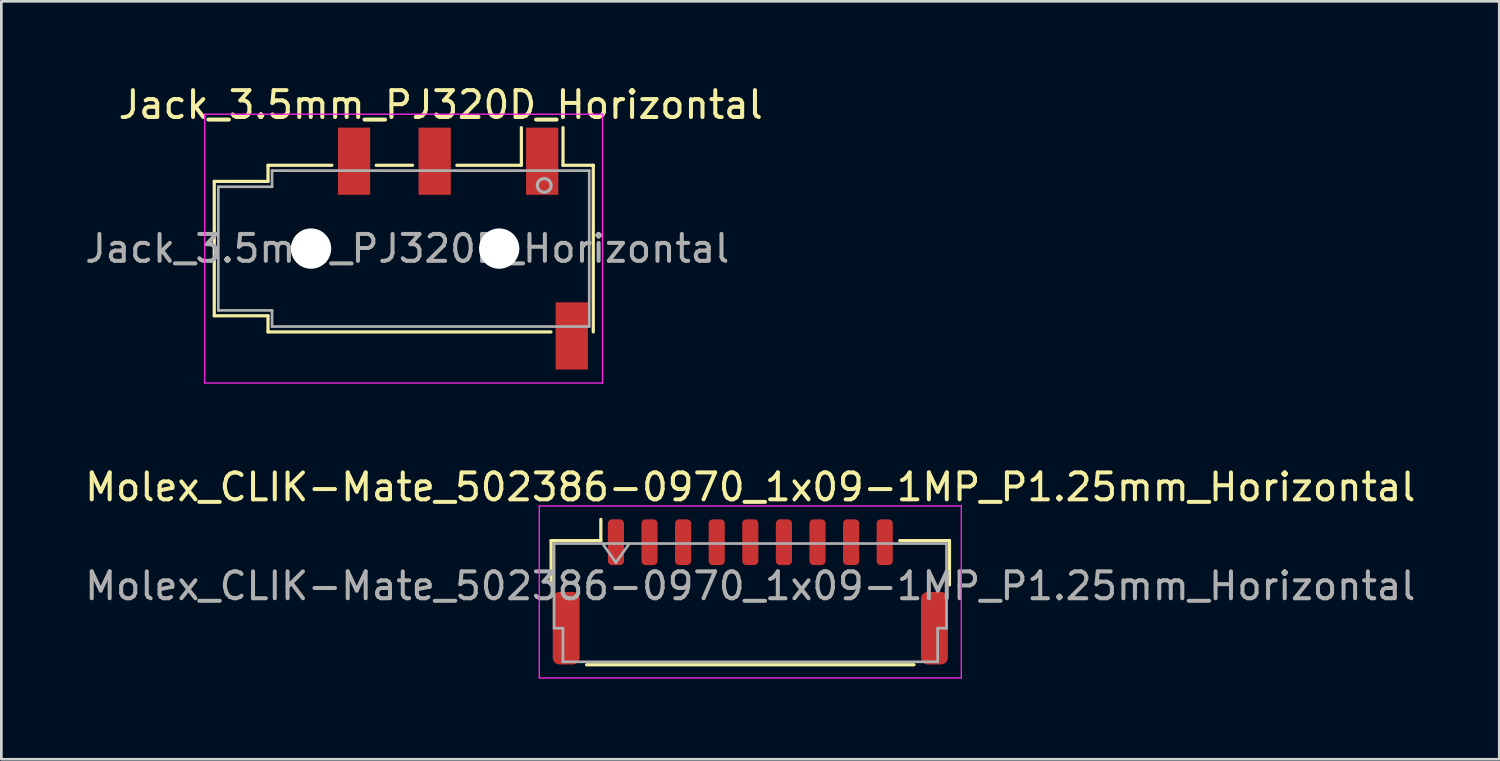
<source format=kicad_pcb>
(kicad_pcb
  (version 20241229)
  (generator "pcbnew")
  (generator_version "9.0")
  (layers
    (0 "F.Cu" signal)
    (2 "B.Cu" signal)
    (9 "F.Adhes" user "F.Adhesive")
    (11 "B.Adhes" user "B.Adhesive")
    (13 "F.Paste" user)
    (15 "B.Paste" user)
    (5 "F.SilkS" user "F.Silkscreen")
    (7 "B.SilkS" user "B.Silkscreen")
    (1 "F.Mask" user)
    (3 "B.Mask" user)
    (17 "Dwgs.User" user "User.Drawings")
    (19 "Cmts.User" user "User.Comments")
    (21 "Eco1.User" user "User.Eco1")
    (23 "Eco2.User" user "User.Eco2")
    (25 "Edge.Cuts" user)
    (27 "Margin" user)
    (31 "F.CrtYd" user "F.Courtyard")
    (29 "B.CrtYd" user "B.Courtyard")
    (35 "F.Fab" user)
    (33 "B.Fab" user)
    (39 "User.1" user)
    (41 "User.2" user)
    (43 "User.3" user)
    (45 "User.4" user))
  (footprint "Molex_CLIK-Mate_502386-0970_1x09-1MP_P1.25mm_Horizontal"
    (layer "F.Cu")
    (at 24.863 18.971)
    (property "Reference" "Molex_CLIK-Mate_502386-0970_1x09-1MP_P1.25mm_Horizontal" (at 0 -3.9 0) (layer "F.SilkS") (effects (font (size 1 1) (thickness 0.15))))
    (attr smd)
    (fp_line (start -7.41 -1.91) (end -5.56 -1.91) (stroke (width 0.12) (type solid)) (layer "F.SilkS"))
    (fp_line (start -7.41 -0.26) (end -7.41 -1.91) (stroke (width 0.12) (type solid)) (layer "F.SilkS"))
    (fp_line (start -6.09 2.71) (end 6.09 2.71) (stroke (width 0.12) (type solid)) (layer "F.SilkS"))
    (fp_line (start -5.56 -1.91) (end -5.56 -2.7) (stroke (width 0.12) (type solid)) (layer "F.SilkS"))
    (fp_line (start 7.41 -1.91) (end 5.56 -1.91) (stroke (width 0.12) (type solid)) (layer "F.SilkS"))
    (fp_line (start 7.41 -0.26) (end 7.41 -1.91) (stroke (width 0.12) (type solid)) (layer "F.SilkS"))
    (fp_line (start -7.85 -3.2) (end -7.85 3.2) (stroke (width 0.05) (type solid)) (layer "F.CrtYd"))
    (fp_line (start -7.85 3.2) (end 7.85 3.2) (stroke (width 0.05) (type solid)) (layer "F.CrtYd"))
    (fp_line (start 7.85 -3.2) (end -7.85 -3.2) (stroke (width 0.05) (type solid)) (layer "F.CrtYd"))
    (fp_line (start 7.85 3.2) (end 7.85 -3.2) (stroke (width 0.05) (type solid)) (layer "F.CrtYd"))
    (fp_line (start -7.3 -1.8) (end -7.3 1.35) (stroke (width 0.1) (type solid)) (layer "F.Fab"))
    (fp_line (start -7.3 -1.8) (end 7.3 -1.8) (stroke (width 0.1) (type solid)) (layer "F.Fab"))
    (fp_line (start -7.3 1.35) (end -6.97 1.35) (stroke (width 0.1) (type solid)) (layer "F.Fab"))
    (fp_line (start -6.97 1.35) (end -6.97 2.6) (stroke (width 0.1) (type solid)) (layer "F.Fab"))
    (fp_line (start -6.97 2.6) (end 6.97 2.6) (stroke (width 0.1) (type solid)) (layer "F.Fab"))
    (fp_line (start -5.5 -1.8) (end -5 -1.093) (stroke (width 0.1) (type solid)) (layer "F.Fab"))
    (fp_line (start -5 -1.093) (end -4.5 -1.8) (stroke (width 0.1) (type solid)) (layer "F.Fab"))
    (fp_line (start 6.97 1.35) (end 7.3 1.35) (stroke (width 0.1) (type solid)) (layer "F.Fab"))
    (fp_line (start 6.97 2.6) (end 6.97 1.35) (stroke (width 0.1) (type solid)) (layer "F.Fab"))
    (fp_line (start 7.3 -1.8) (end 7.3 1.35) (stroke (width 0.1) (type solid)) (layer "F.Fab"))
    (fp_text user "${REFERENCE}" (at 0 -0.22 0) (layer "F.Fab") (effects (font (size 1 1) (thickness 0.15))))
    (pad "" smd roundrect (at -6.85 1.35) (size 1 2.7) (layers "F.Cu" "F.Mask" "F.Paste") (roundrect_rratio 0.25))
    (pad "" smd roundrect (at 6.85 1.35) (size 1 2.7) (layers "F.Cu" "F.Mask" "F.Paste") (roundrect_rratio 0.25))
    (pad "1" smd roundrect (at -5 -1.85) (size 0.6 1.7) (layers "F.Cu" "F.Mask" "F.Paste") (roundrect_rratio 0.25))
    (pad "2" smd roundrect (at -3.75 -1.85) (size 0.6 1.7) (layers "F.Cu" "F.Mask" "F.Paste") (roundrect_rratio 0.25))
    (pad "3" smd roundrect (at -2.5 -1.85) (size 0.6 1.7) (layers "F.Cu" "F.Mask" "F.Paste") (roundrect_rratio 0.25))
    (pad "4" smd roundrect (at -1.25 -1.85) (size 0.6 1.7) (layers "F.Cu" "F.Mask" "F.Paste") (roundrect_rratio 0.25))
    (pad "5" smd roundrect (at 0 -1.85) (size 0.6 1.7) (layers "F.Cu" "F.Mask" "F.Paste") (roundrect_rratio 0.25))
    (pad "6" smd roundrect (at 1.25 -1.85) (size 0.6 1.7) (layers "F.Cu" "F.Mask" "F.Paste") (roundrect_rratio 0.25))
    (pad "7" smd roundrect (at 2.5 -1.85) (size 0.6 1.7) (layers "F.Cu" "F.Mask" "F.Paste") (roundrect_rratio 0.25))
    (pad "8" smd roundrect (at 3.75 -1.85) (size 0.6 1.7) (layers "F.Cu" "F.Mask" "F.Paste") (roundrect_rratio 0.25))
    (pad "9" smd roundrect (at 5 -1.85) (size 0.6 1.7) (layers "F.Cu" "F.Mask" "F.Paste") (roundrect_rratio 0.25)))
  (footprint "Jack_3.5mm_PJ320D_Horizontal"
    (layer "F.Cu")
    (at 13.296 6.198)
    (property "Reference" "Jack_3.5mm_PJ320D_Horizontal" (at 0.05 -5.35 180) (layer "F.SilkS") (effects (font (size 1 1) (thickness 0.15))))
    (attr smd)
    (fp_line (start -8.375 -2.5) (end -8.375 2.5) (stroke (width 0.12) (type solid)) (layer "F.SilkS"))
    (fp_line (start -6.375 -3.1) (end -6.375 -2.5) (stroke (width 0.12) (type solid)) (layer "F.SilkS"))
    (fp_line (start -6.375 -3.1) (end -4 -3.1) (stroke (width 0.12) (type solid)) (layer "F.SilkS"))
    (fp_line (start -6.375 -2.5) (end -8.375 -2.5) (stroke (width 0.12) (type solid)) (layer "F.SilkS"))
    (fp_line (start -6.375 2.5) (end -8.375 2.5) (stroke (width 0.12) (type solid)) (layer "F.SilkS"))
    (fp_line (start -6.375 2.5) (end -6.375 3.1) (stroke (width 0.12) (type solid)) (layer "F.SilkS"))
    (fp_line (start -2.35 -3.1) (end -1 -3.1) (stroke (width 0.12) (type solid)) (layer "F.SilkS"))
    (fp_line (start 0.65 -3.1) (end 3.05 -3.1) (stroke (width 0.12) (type solid)) (layer "F.SilkS"))
    (fp_line (start 3.05 -3.1) (end 3.05 -4.5) (stroke (width 0.12) (type solid)) (layer "F.SilkS"))
    (fp_line (start 4.15 3.1) (end -6.375 3.1) (stroke (width 0.12) (type solid)) (layer "F.SilkS"))
    (fp_line (start 4.6 -3.1) (end 4.6 -4.5) (stroke (width 0.12) (type solid)) (layer "F.SilkS"))
    (fp_line (start 4.6 -3.1) (end 5.725 -3.1) (stroke (width 0.12) (type solid)) (layer "F.SilkS"))
    (fp_line (start 5.725 3.1) (end 5.725 -3.1) (stroke (width 0.12) (type solid)) (layer "F.SilkS"))
    (fp_line (start -8.73 -5) (end 6.07 -5) (stroke (width 0.05) (type solid)) (layer "F.CrtYd"))
    (fp_line (start -8.73 5) (end -8.73 -5) (stroke (width 0.05) (type solid)) (layer "F.CrtYd"))
    (fp_line (start -8.73 5) (end 6.07 5) (stroke (width 0.05) (type solid)) (layer "F.CrtYd"))
    (fp_line (start 6.07 5) (end 6.07 -5) (stroke (width 0.05) (type solid)) (layer "F.CrtYd"))
    (fp_line (start -8.225 -2.3) (end -6.225 -2.3) (stroke (width 0.1) (type solid)) (layer "F.Fab"))
    (fp_line (start -8.225 2.3) (end -8.225 -2.3) (stroke (width 0.1) (type solid)) (layer "F.Fab"))
    (fp_line (start -6.225 -2.9) (end 5.575 -2.9) (stroke (width 0.1) (type solid)) (layer "F.Fab"))
    (fp_line (start -6.225 -2.3) (end -6.225 -2.9) (stroke (width 0.1) (type solid)) (layer "F.Fab"))
    (fp_line (start -6.225 2.3) (end -8.225 2.3) (stroke (width 0.1) (type solid)) (layer "F.Fab"))
    (fp_line (start -6.225 2.9) (end -6.225 2.3) (stroke (width 0.1) (type solid)) (layer "F.Fab"))
    (fp_line (start 5.575 -2.9) (end 5.575 2.9) (stroke (width 0.1) (type solid)) (layer "F.Fab"))
    (fp_line (start 5.575 2.9) (end -6.225 2.9) (stroke (width 0.1) (type solid)) (layer "F.Fab"))
    (fp_circle (center 3.9 -2.35) (end 3.95 -2.1) (stroke (width 0.12) (type solid)) (fill no) (layer "F.Fab"))
    (fp_text user "${REFERENCE}" (at -1.195 0 180) (layer "F.Fab") (effects (font (size 1 1) (thickness 0.15))))
    (pad "" np_thru_hole circle (at -4.775 0) (size 1.5 1.5) (drill 1.5) (layers "*.Cu" "*.Mask"))
    (pad "" np_thru_hole circle (at 2.225 0) (size 1.5 1.5) (drill 1.5) (layers "*.Cu" "*.Mask"))
    (pad "R1" smd rect (at 3.825 -3.25) (size 1.2 2.5) (layers "F.Cu" "F.Mask" "F.Paste"))
    (pad "R2" smd rect (at -0.175 -3.25) (size 1.2 2.5) (layers "F.Cu" "F.Mask" "F.Paste"))
    (pad "S" smd rect (at -3.175 -3.25) (size 1.2 2.5) (layers "F.Cu" "F.Mask" "F.Paste"))
    (pad "T" smd rect (at 4.925 3.25) (size 1.2 2.5) (layers "F.Cu" "F.Mask" "F.Paste")))
  (gr_rect
    (start -3 -3)
    (end 52.726 25.197)
    (stroke (width 0.1) (type default))
    (fill no)
    (layer "Edge.Cuts")))
</source>
